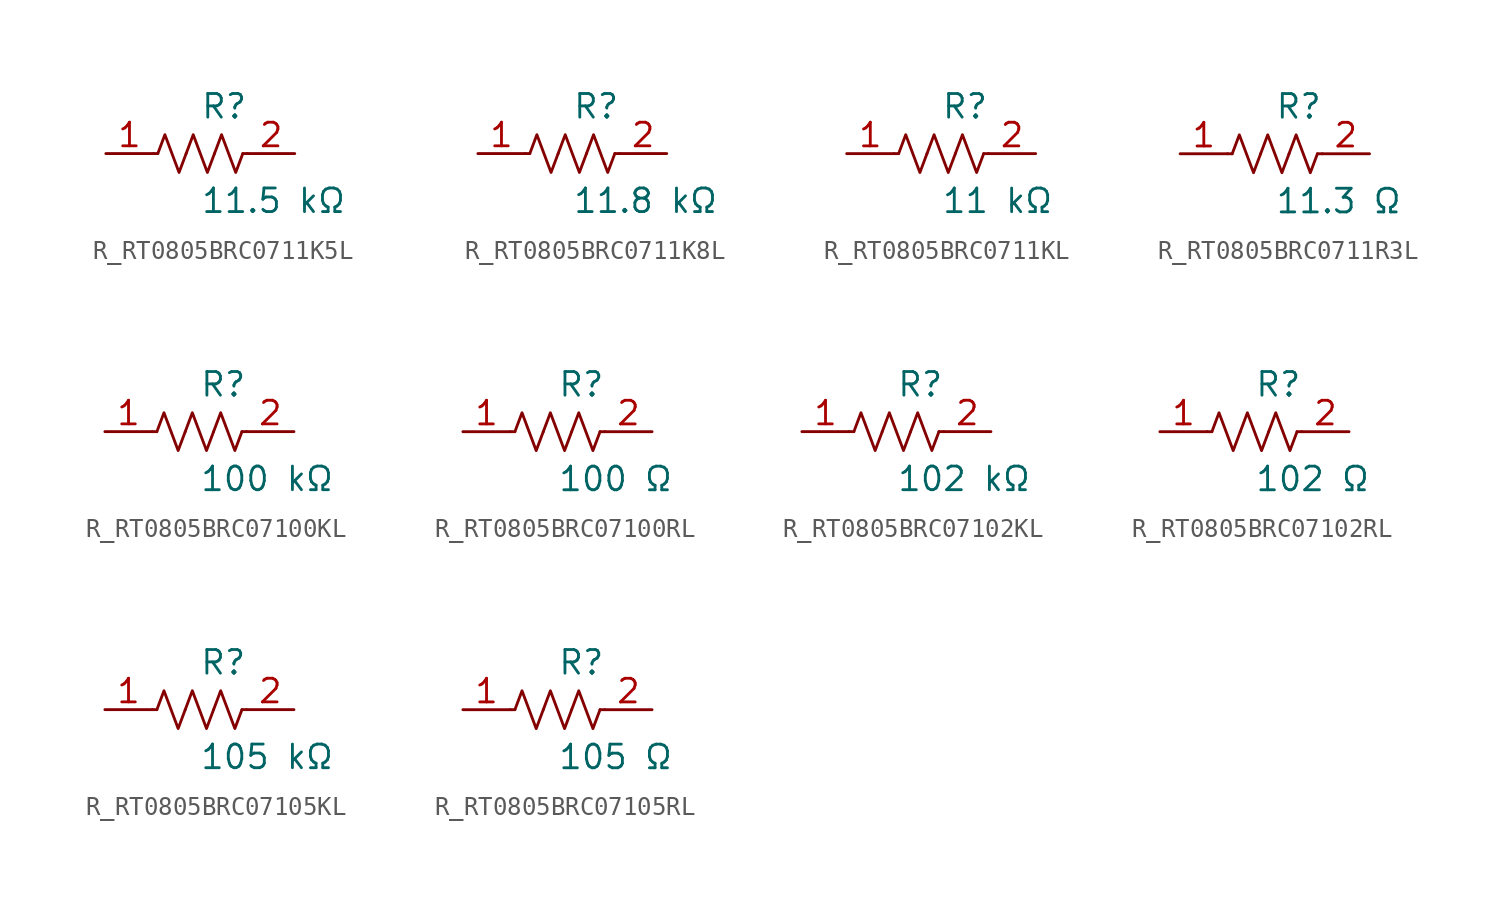
<source format=kicad_sym>
(kicad_symbol_lib
  (version 20231120)
  (generator kicad_symbol_editor)
  (generator_version 8.0)
  (symbol "R_RT0805BRC0711K5L"
    (pin_names
      (offset 0.254))
    (property "Reference" "R"
      (at 0 2.54 0)
      (effects (font (size 1.27 1.27)) (justify left)))
    (property "Value" "11.5 kΩ"
      (at 0 -2.54 0)
      (effects (font (size 1.27 1.27)) (justify left)))
    (symbol "R_RT0805BRC0711K5L_0_1"
      (polyline (pts (xy 2.286 0) (xy 2.54 0)) (stroke (width 0) (type default)) (fill (type none)))
      (polyline (pts (xy -2.286 0) (xy -2.54 0)) (stroke (width 0) (type default)) (fill (type none)))
      (polyline (pts (xy 0.762 0) (xy 1.143 1.016) (xy 1.524 0) (xy 1.905 -1.016) (xy 2.286 0)) (stroke (width 0) (type default)) (fill (type none)))
      (polyline (pts (xy -0.762 0) (xy -0.381 1.016) (xy 0 0) (xy 0.381 -1.016) (xy 0.762 0)) (stroke (width 0) (type default)) (fill (type none)))
      (polyline (pts (xy -2.286 0) (xy -1.905 1.016) (xy -1.524 0) (xy -1.143 -1.016) (xy -0.762 0)) (stroke (width 0) (type default)) (fill (type none))))
    (pin unspecified line
      (at -5.08 0 0)
      (length 2.54)
      (name "" (effects (font (size 1.27 1.27))))
      (number "1" (effects (font (size 1.27 1.27)))))
    (pin unspecified line
      (at 5.08 0 180)
      (length 2.54)
      (name "" (effects (font (size 1.27 1.27))))
      (number "2" (effects (font (size 1.27 1.27))))))
  (symbol "R_RT0805BRC0711K8L"
    (pin_names
      (offset 0.254))
    (property "Reference" "R"
      (at 0 2.54 0)
      (effects (font (size 1.27 1.27)) (justify left)))
    (property "Value" "11.8 kΩ"
      (at 0 -2.54 0)
      (effects (font (size 1.27 1.27)) (justify left)))
    (symbol "R_RT0805BRC0711K8L_0_1"
      (polyline (pts (xy 2.286 0) (xy 2.54 0)) (stroke (width 0) (type default)) (fill (type none)))
      (polyline (pts (xy -2.286 0) (xy -2.54 0)) (stroke (width 0) (type default)) (fill (type none)))
      (polyline (pts (xy 0.762 0) (xy 1.143 1.016) (xy 1.524 0) (xy 1.905 -1.016) (xy 2.286 0)) (stroke (width 0) (type default)) (fill (type none)))
      (polyline (pts (xy -0.762 0) (xy -0.381 1.016) (xy 0 0) (xy 0.381 -1.016) (xy 0.762 0)) (stroke (width 0) (type default)) (fill (type none)))
      (polyline (pts (xy -2.286 0) (xy -1.905 1.016) (xy -1.524 0) (xy -1.143 -1.016) (xy -0.762 0)) (stroke (width 0) (type default)) (fill (type none))))
    (pin unspecified line
      (at -5.08 0 0)
      (length 2.54)
      (name "" (effects (font (size 1.27 1.27))))
      (number "1" (effects (font (size 1.27 1.27)))))
    (pin unspecified line
      (at 5.08 0 180)
      (length 2.54)
      (name "" (effects (font (size 1.27 1.27))))
      (number "2" (effects (font (size 1.27 1.27))))))
  (symbol "R_RT0805BRC0711KL"
    (pin_names
      (offset 0.254))
    (property "Reference" "R"
      (at 0 2.54 0)
      (effects (font (size 1.27 1.27)) (justify left)))
    (property "Value" "11 kΩ"
      (at 0 -2.54 0)
      (effects (font (size 1.27 1.27)) (justify left)))
    (symbol "R_RT0805BRC0711KL_0_1"
      (polyline (pts (xy 2.286 0) (xy 2.54 0)) (stroke (width 0) (type default)) (fill (type none)))
      (polyline (pts (xy -2.286 0) (xy -2.54 0)) (stroke (width 0) (type default)) (fill (type none)))
      (polyline (pts (xy 0.762 0) (xy 1.143 1.016) (xy 1.524 0) (xy 1.905 -1.016) (xy 2.286 0)) (stroke (width 0) (type default)) (fill (type none)))
      (polyline (pts (xy -0.762 0) (xy -0.381 1.016) (xy 0 0) (xy 0.381 -1.016) (xy 0.762 0)) (stroke (width 0) (type default)) (fill (type none)))
      (polyline (pts (xy -2.286 0) (xy -1.905 1.016) (xy -1.524 0) (xy -1.143 -1.016) (xy -0.762 0)) (stroke (width 0) (type default)) (fill (type none))))
    (pin unspecified line
      (at -5.08 0 0)
      (length 2.54)
      (name "" (effects (font (size 1.27 1.27))))
      (number "1" (effects (font (size 1.27 1.27)))))
    (pin unspecified line
      (at 5.08 0 180)
      (length 2.54)
      (name "" (effects (font (size 1.27 1.27))))
      (number "2" (effects (font (size 1.27 1.27))))))
  (symbol "R_RT0805BRC0711R3L"
    (pin_names
      (offset 0.254))
    (property "Reference" "R"
      (at 0 2.54 0)
      (effects (font (size 1.27 1.27)) (justify left)))
    (property "Value" "11.3 Ω"
      (at 0 -2.54 0)
      (effects (font (size 1.27 1.27)) (justify left)))
    (symbol "R_RT0805BRC0711R3L_0_1"
      (polyline (pts (xy 2.286 0) (xy 2.54 0)) (stroke (width 0) (type default)) (fill (type none)))
      (polyline (pts (xy -2.286 0) (xy -2.54 0)) (stroke (width 0) (type default)) (fill (type none)))
      (polyline (pts (xy 0.762 0) (xy 1.143 1.016) (xy 1.524 0) (xy 1.905 -1.016) (xy 2.286 0)) (stroke (width 0) (type default)) (fill (type none)))
      (polyline (pts (xy -0.762 0) (xy -0.381 1.016) (xy 0 0) (xy 0.381 -1.016) (xy 0.762 0)) (stroke (width 0) (type default)) (fill (type none)))
      (polyline (pts (xy -2.286 0) (xy -1.905 1.016) (xy -1.524 0) (xy -1.143 -1.016) (xy -0.762 0)) (stroke (width 0) (type default)) (fill (type none))))
    (pin unspecified line
      (at -5.08 0 0)
      (length 2.54)
      (name "" (effects (font (size 1.27 1.27))))
      (number "1" (effects (font (size 1.27 1.27)))))
    (pin unspecified line
      (at 5.08 0 180)
      (length 2.54)
      (name "" (effects (font (size 1.27 1.27))))
      (number "2" (effects (font (size 1.27 1.27))))))
  (symbol "R_RT0805BRC07100KL"
    (pin_names
      (offset 0.254))
    (property "Reference" "R"
      (at 0 2.54 0)
      (effects (font (size 1.27 1.27)) (justify left)))
    (property "Value" "100 kΩ"
      (at 0 -2.54 0)
      (effects (font (size 1.27 1.27)) (justify left)))
    (symbol "R_RT0805BRC07100KL_0_1"
      (polyline (pts (xy 2.286 0) (xy 2.54 0)) (stroke (width 0) (type default)) (fill (type none)))
      (polyline (pts (xy -2.286 0) (xy -2.54 0)) (stroke (width 0) (type default)) (fill (type none)))
      (polyline (pts (xy 0.762 0) (xy 1.143 1.016) (xy 1.524 0) (xy 1.905 -1.016) (xy 2.286 0)) (stroke (width 0) (type default)) (fill (type none)))
      (polyline (pts (xy -0.762 0) (xy -0.381 1.016) (xy 0 0) (xy 0.381 -1.016) (xy 0.762 0)) (stroke (width 0) (type default)) (fill (type none)))
      (polyline (pts (xy -2.286 0) (xy -1.905 1.016) (xy -1.524 0) (xy -1.143 -1.016) (xy -0.762 0)) (stroke (width 0) (type default)) (fill (type none))))
    (pin unspecified line
      (at -5.08 0 0)
      (length 2.54)
      (name "" (effects (font (size 1.27 1.27))))
      (number "1" (effects (font (size 1.27 1.27)))))
    (pin unspecified line
      (at 5.08 0 180)
      (length 2.54)
      (name "" (effects (font (size 1.27 1.27))))
      (number "2" (effects (font (size 1.27 1.27))))))
  (symbol "R_RT0805BRC07100RL"
    (pin_names
      (offset 0.254))
    (property "Reference" "R"
      (at 0 2.54 0)
      (effects (font (size 1.27 1.27)) (justify left)))
    (property "Value" "100 Ω"
      (at 0 -2.54 0)
      (effects (font (size 1.27 1.27)) (justify left)))
    (symbol "R_RT0805BRC07100RL_0_1"
      (polyline (pts (xy 2.286 0) (xy 2.54 0)) (stroke (width 0) (type default)) (fill (type none)))
      (polyline (pts (xy -2.286 0) (xy -2.54 0)) (stroke (width 0) (type default)) (fill (type none)))
      (polyline (pts (xy 0.762 0) (xy 1.143 1.016) (xy 1.524 0) (xy 1.905 -1.016) (xy 2.286 0)) (stroke (width 0) (type default)) (fill (type none)))
      (polyline (pts (xy -0.762 0) (xy -0.381 1.016) (xy 0 0) (xy 0.381 -1.016) (xy 0.762 0)) (stroke (width 0) (type default)) (fill (type none)))
      (polyline (pts (xy -2.286 0) (xy -1.905 1.016) (xy -1.524 0) (xy -1.143 -1.016) (xy -0.762 0)) (stroke (width 0) (type default)) (fill (type none))))
    (pin unspecified line
      (at -5.08 0 0)
      (length 2.54)
      (name "" (effects (font (size 1.27 1.27))))
      (number "1" (effects (font (size 1.27 1.27)))))
    (pin unspecified line
      (at 5.08 0 180)
      (length 2.54)
      (name "" (effects (font (size 1.27 1.27))))
      (number "2" (effects (font (size 1.27 1.27))))))
  (symbol "R_RT0805BRC07102KL"
    (pin_names
      (offset 0.254))
    (property "Reference" "R"
      (at 0 2.54 0)
      (effects (font (size 1.27 1.27)) (justify left)))
    (property "Value" "102 kΩ"
      (at 0 -2.54 0)
      (effects (font (size 1.27 1.27)) (justify left)))
    (symbol "R_RT0805BRC07102KL_0_1"
      (polyline (pts (xy 2.286 0) (xy 2.54 0)) (stroke (width 0) (type default)) (fill (type none)))
      (polyline (pts (xy -2.286 0) (xy -2.54 0)) (stroke (width 0) (type default)) (fill (type none)))
      (polyline (pts (xy 0.762 0) (xy 1.143 1.016) (xy 1.524 0) (xy 1.905 -1.016) (xy 2.286 0)) (stroke (width 0) (type default)) (fill (type none)))
      (polyline (pts (xy -0.762 0) (xy -0.381 1.016) (xy 0 0) (xy 0.381 -1.016) (xy 0.762 0)) (stroke (width 0) (type default)) (fill (type none)))
      (polyline (pts (xy -2.286 0) (xy -1.905 1.016) (xy -1.524 0) (xy -1.143 -1.016) (xy -0.762 0)) (stroke (width 0) (type default)) (fill (type none))))
    (pin unspecified line
      (at -5.08 0 0)
      (length 2.54)
      (name "" (effects (font (size 1.27 1.27))))
      (number "1" (effects (font (size 1.27 1.27)))))
    (pin unspecified line
      (at 5.08 0 180)
      (length 2.54)
      (name "" (effects (font (size 1.27 1.27))))
      (number "2" (effects (font (size 1.27 1.27))))))
  (symbol "R_RT0805BRC07102RL"
    (pin_names
      (offset 0.254))
    (property "Reference" "R"
      (at 0 2.54 0)
      (effects (font (size 1.27 1.27)) (justify left)))
    (property "Value" "102 Ω"
      (at 0 -2.54 0)
      (effects (font (size 1.27 1.27)) (justify left)))
    (symbol "R_RT0805BRC07102RL_0_1"
      (polyline (pts (xy 2.286 0) (xy 2.54 0)) (stroke (width 0) (type default)) (fill (type none)))
      (polyline (pts (xy -2.286 0) (xy -2.54 0)) (stroke (width 0) (type default)) (fill (type none)))
      (polyline (pts (xy 0.762 0) (xy 1.143 1.016) (xy 1.524 0) (xy 1.905 -1.016) (xy 2.286 0)) (stroke (width 0) (type default)) (fill (type none)))
      (polyline (pts (xy -0.762 0) (xy -0.381 1.016) (xy 0 0) (xy 0.381 -1.016) (xy 0.762 0)) (stroke (width 0) (type default)) (fill (type none)))
      (polyline (pts (xy -2.286 0) (xy -1.905 1.016) (xy -1.524 0) (xy -1.143 -1.016) (xy -0.762 0)) (stroke (width 0) (type default)) (fill (type none))))
    (pin unspecified line
      (at -5.08 0 0)
      (length 2.54)
      (name "" (effects (font (size 1.27 1.27))))
      (number "1" (effects (font (size 1.27 1.27)))))
    (pin unspecified line
      (at 5.08 0 180)
      (length 2.54)
      (name "" (effects (font (size 1.27 1.27))))
      (number "2" (effects (font (size 1.27 1.27))))))
  (symbol "R_RT0805BRC07105KL"
    (pin_names
      (offset 0.254))
    (property "Reference" "R"
      (at 0 2.54 0)
      (effects (font (size 1.27 1.27)) (justify left)))
    (property "Value" "105 kΩ"
      (at 0 -2.54 0)
      (effects (font (size 1.27 1.27)) (justify left)))
    (symbol "R_RT0805BRC07105KL_0_1"
      (polyline (pts (xy 2.286 0) (xy 2.54 0)) (stroke (width 0) (type default)) (fill (type none)))
      (polyline (pts (xy -2.286 0) (xy -2.54 0)) (stroke (width 0) (type default)) (fill (type none)))
      (polyline (pts (xy 0.762 0) (xy 1.143 1.016) (xy 1.524 0) (xy 1.905 -1.016) (xy 2.286 0)) (stroke (width 0) (type default)) (fill (type none)))
      (polyline (pts (xy -0.762 0) (xy -0.381 1.016) (xy 0 0) (xy 0.381 -1.016) (xy 0.762 0)) (stroke (width 0) (type default)) (fill (type none)))
      (polyline (pts (xy -2.286 0) (xy -1.905 1.016) (xy -1.524 0) (xy -1.143 -1.016) (xy -0.762 0)) (stroke (width 0) (type default)) (fill (type none))))
    (pin unspecified line
      (at -5.08 0 0)
      (length 2.54)
      (name "" (effects (font (size 1.27 1.27))))
      (number "1" (effects (font (size 1.27 1.27)))))
    (pin unspecified line
      (at 5.08 0 180)
      (length 2.54)
      (name "" (effects (font (size 1.27 1.27))))
      (number "2" (effects (font (size 1.27 1.27))))))
  (symbol "R_RT0805BRC07105RL"
    (pin_names
      (offset 0.254))
    (property "Reference" "R"
      (at 0 2.54 0)
      (effects (font (size 1.27 1.27)) (justify left)))
    (property "Value" "105 Ω"
      (at 0 -2.54 0)
      (effects (font (size 1.27 1.27)) (justify left)))
    (symbol "R_RT0805BRC07105RL_0_1"
      (polyline (pts (xy 2.286 0) (xy 2.54 0)) (stroke (width 0) (type default)) (fill (type none)))
      (polyline (pts (xy -2.286 0) (xy -2.54 0)) (stroke (width 0) (type default)) (fill (type none)))
      (polyline (pts (xy 0.762 0) (xy 1.143 1.016) (xy 1.524 0) (xy 1.905 -1.016) (xy 2.286 0)) (stroke (width 0) (type default)) (fill (type none)))
      (polyline (pts (xy -0.762 0) (xy -0.381 1.016) (xy 0 0) (xy 0.381 -1.016) (xy 0.762 0)) (stroke (width 0) (type default)) (fill (type none)))
      (polyline (pts (xy -2.286 0) (xy -1.905 1.016) (xy -1.524 0) (xy -1.143 -1.016) (xy -0.762 0)) (stroke (width 0) (type default)) (fill (type none))))
    (pin unspecified line
      (at -5.08 0 0)
      (length 2.54)
      (name "" (effects (font (size 1.27 1.27))))
      (number "1" (effects (font (size 1.27 1.27)))))
    (pin unspecified line
      (at 5.08 0 180)
      (length 2.54)
      (name "" (effects (font (size 1.27 1.27))))
      (number "2" (effects (font (size 1.27 1.27)))))))
</source>
